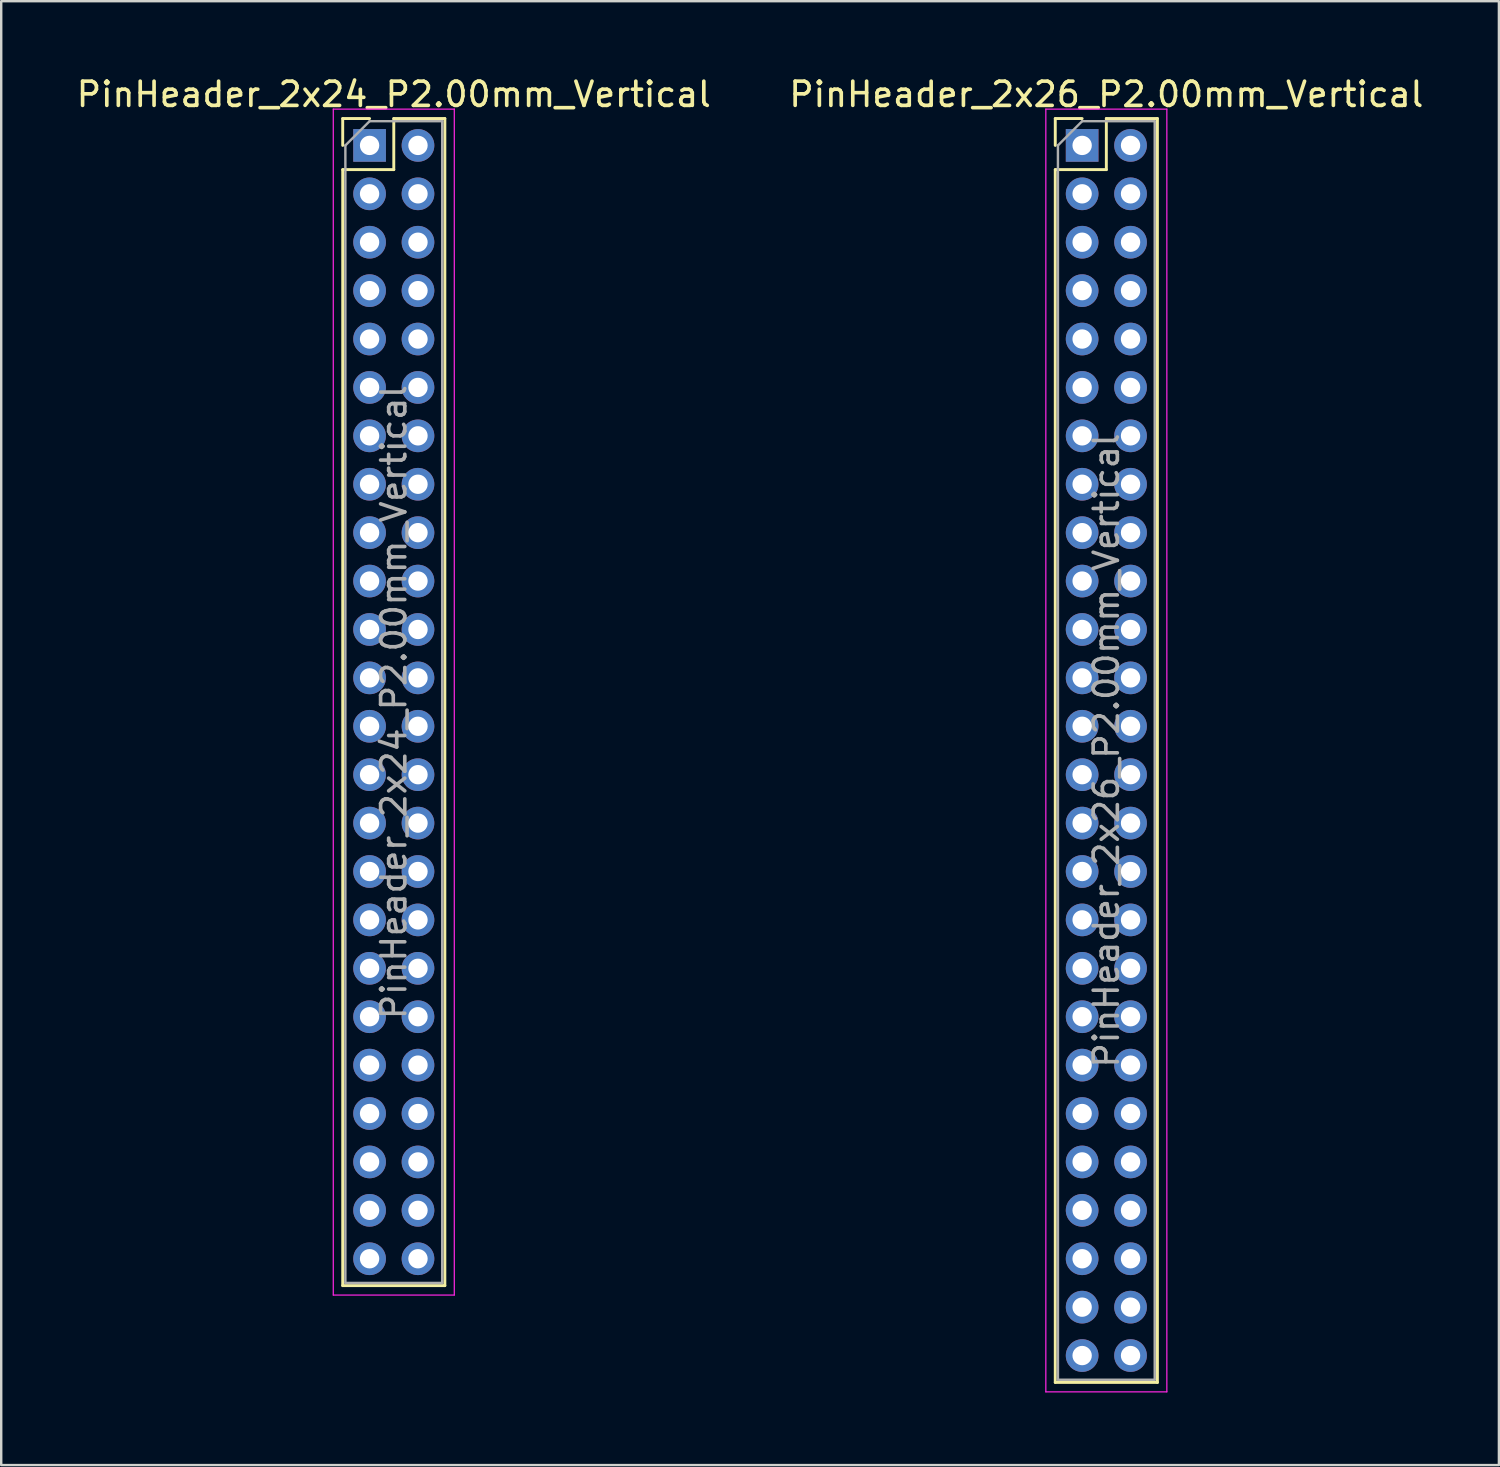
<source format=kicad_pcb>
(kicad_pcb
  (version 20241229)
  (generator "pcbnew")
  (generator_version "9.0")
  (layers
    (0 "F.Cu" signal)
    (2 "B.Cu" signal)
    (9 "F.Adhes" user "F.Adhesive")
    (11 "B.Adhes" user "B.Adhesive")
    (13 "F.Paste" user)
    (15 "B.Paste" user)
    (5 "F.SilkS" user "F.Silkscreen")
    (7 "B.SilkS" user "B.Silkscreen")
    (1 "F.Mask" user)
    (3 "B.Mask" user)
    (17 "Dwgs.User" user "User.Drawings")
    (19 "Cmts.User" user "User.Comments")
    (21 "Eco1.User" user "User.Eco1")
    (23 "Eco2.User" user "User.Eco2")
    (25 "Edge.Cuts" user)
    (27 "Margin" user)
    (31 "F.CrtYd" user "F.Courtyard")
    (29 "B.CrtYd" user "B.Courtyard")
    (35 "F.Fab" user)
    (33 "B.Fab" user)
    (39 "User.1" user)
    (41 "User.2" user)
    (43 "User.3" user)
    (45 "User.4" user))
  (footprint "PinHeader_2x24_P2.00mm_Vertical"
    (layer "F.Cu")
    (at 12.22 2.958)
    (property "Reference" "PinHeader_2x24_P2.00mm_Vertical" (at 1 -2.11 0) (layer "F.SilkS") (effects (font (size 1 1) (thickness 0.15))))
    (attr through_hole)
    (fp_line (start -1.11 -1.11) (end 0 -1.11) (stroke (width 0.12) (type solid)) (layer "F.SilkS"))
    (fp_line (start -1.11 0) (end -1.11 -1.11) (stroke (width 0.12) (type solid)) (layer "F.SilkS"))
    (fp_line (start -1.11 1) (end -1.11 47.11) (stroke (width 0.12) (type solid)) (layer "F.SilkS"))
    (fp_line (start -1.11 1) (end 1 1) (stroke (width 0.12) (type solid)) (layer "F.SilkS"))
    (fp_line (start -1.11 47.11) (end 3.11 47.11) (stroke (width 0.12) (type solid)) (layer "F.SilkS"))
    (fp_line (start 1 -1.11) (end 3.11 -1.11) (stroke (width 0.12) (type solid)) (layer "F.SilkS"))
    (fp_line (start 1 1) (end 1 -1.11) (stroke (width 0.12) (type solid)) (layer "F.SilkS"))
    (fp_line (start 3.11 -1.11) (end 3.11 47.11) (stroke (width 0.12) (type solid)) (layer "F.SilkS"))
    (fp_line (start -1.5 -1.5) (end -1.5 47.5) (stroke (width 0.05) (type solid)) (layer "F.CrtYd"))
    (fp_line (start -1.5 47.5) (end 3.5 47.5) (stroke (width 0.05) (type solid)) (layer "F.CrtYd"))
    (fp_line (start 3.5 -1.5) (end -1.5 -1.5) (stroke (width 0.05) (type solid)) (layer "F.CrtYd"))
    (fp_line (start 3.5 47.5) (end 3.5 -1.5) (stroke (width 0.05) (type solid)) (layer "F.CrtYd"))
    (fp_line (start -1 0) (end 0 -1) (stroke (width 0.1) (type solid)) (layer "F.Fab"))
    (fp_line (start -1 47) (end -1 0) (stroke (width 0.1) (type solid)) (layer "F.Fab"))
    (fp_line (start 0 -1) (end 3 -1) (stroke (width 0.1) (type solid)) (layer "F.Fab"))
    (fp_line (start 3 -1) (end 3 47) (stroke (width 0.1) (type solid)) (layer "F.Fab"))
    (fp_line (start 3 47) (end -1 47) (stroke (width 0.1) (type solid)) (layer "F.Fab"))
    (fp_text user "${REFERENCE}" (at 1 23 90) (layer "F.Fab") (effects (font (size 1 1) (thickness 0.15))))
    (pad "1" thru_hole rect (at 0 0) (size 1.35 1.35) (drill 0.8) (layers "*.Cu" "*.Mask"))
    (pad "2" thru_hole circle (at 2 0) (size 1.35 1.35) (drill 0.8) (layers "*.Cu" "*.Mask"))
    (pad "3" thru_hole circle (at 0 2) (size 1.35 1.35) (drill 0.8) (layers "*.Cu" "*.Mask"))
    (pad "4" thru_hole circle (at 2 2) (size 1.35 1.35) (drill 0.8) (layers "*.Cu" "*.Mask"))
    (pad "5" thru_hole circle (at 0 4) (size 1.35 1.35) (drill 0.8) (layers "*.Cu" "*.Mask"))
    (pad "6" thru_hole circle (at 2 4) (size 1.35 1.35) (drill 0.8) (layers "*.Cu" "*.Mask"))
    (pad "7" thru_hole circle (at 0 6) (size 1.35 1.35) (drill 0.8) (layers "*.Cu" "*.Mask"))
    (pad "8" thru_hole circle (at 2 6) (size 1.35 1.35) (drill 0.8) (layers "*.Cu" "*.Mask"))
    (pad "9" thru_hole circle (at 0 8) (size 1.35 1.35) (drill 0.8) (layers "*.Cu" "*.Mask"))
    (pad "10" thru_hole circle (at 2 8) (size 1.35 1.35) (drill 0.8) (layers "*.Cu" "*.Mask"))
    (pad "11" thru_hole circle (at 0 10) (size 1.35 1.35) (drill 0.8) (layers "*.Cu" "*.Mask"))
    (pad "12" thru_hole circle (at 2 10) (size 1.35 1.35) (drill 0.8) (layers "*.Cu" "*.Mask"))
    (pad "13" thru_hole circle (at 0 12) (size 1.35 1.35) (drill 0.8) (layers "*.Cu" "*.Mask"))
    (pad "14" thru_hole circle (at 2 12) (size 1.35 1.35) (drill 0.8) (layers "*.Cu" "*.Mask"))
    (pad "15" thru_hole circle (at 0 14) (size 1.35 1.35) (drill 0.8) (layers "*.Cu" "*.Mask"))
    (pad "16" thru_hole circle (at 2 14) (size 1.35 1.35) (drill 0.8) (layers "*.Cu" "*.Mask"))
    (pad "17" thru_hole circle (at 0 16) (size 1.35 1.35) (drill 0.8) (layers "*.Cu" "*.Mask"))
    (pad "18" thru_hole circle (at 2 16) (size 1.35 1.35) (drill 0.8) (layers "*.Cu" "*.Mask"))
    (pad "19" thru_hole circle (at 0 18) (size 1.35 1.35) (drill 0.8) (layers "*.Cu" "*.Mask"))
    (pad "20" thru_hole circle (at 2 18) (size 1.35 1.35) (drill 0.8) (layers "*.Cu" "*.Mask"))
    (pad "21" thru_hole circle (at 0 20) (size 1.35 1.35) (drill 0.8) (layers "*.Cu" "*.Mask"))
    (pad "22" thru_hole circle (at 2 20) (size 1.35 1.35) (drill 0.8) (layers "*.Cu" "*.Mask"))
    (pad "23" thru_hole circle (at 0 22) (size 1.35 1.35) (drill 0.8) (layers "*.Cu" "*.Mask"))
    (pad "24" thru_hole circle (at 2 22) (size 1.35 1.35) (drill 0.8) (layers "*.Cu" "*.Mask"))
    (pad "25" thru_hole circle (at 0 24) (size 1.35 1.35) (drill 0.8) (layers "*.Cu" "*.Mask"))
    (pad "26" thru_hole circle (at 2 24) (size 1.35 1.35) (drill 0.8) (layers "*.Cu" "*.Mask"))
    (pad "27" thru_hole circle (at 0 26) (size 1.35 1.35) (drill 0.8) (layers "*.Cu" "*.Mask"))
    (pad "28" thru_hole circle (at 2 26) (size 1.35 1.35) (drill 0.8) (layers "*.Cu" "*.Mask"))
    (pad "29" thru_hole circle (at 0 28) (size 1.35 1.35) (drill 0.8) (layers "*.Cu" "*.Mask"))
    (pad "30" thru_hole circle (at 2 28) (size 1.35 1.35) (drill 0.8) (layers "*.Cu" "*.Mask"))
    (pad "31" thru_hole circle (at 0 30) (size 1.35 1.35) (drill 0.8) (layers "*.Cu" "*.Mask"))
    (pad "32" thru_hole circle (at 2 30) (size 1.35 1.35) (drill 0.8) (layers "*.Cu" "*.Mask"))
    (pad "33" thru_hole circle (at 0 32) (size 1.35 1.35) (drill 0.8) (layers "*.Cu" "*.Mask"))
    (pad "34" thru_hole circle (at 2 32) (size 1.35 1.35) (drill 0.8) (layers "*.Cu" "*.Mask"))
    (pad "35" thru_hole circle (at 0 34) (size 1.35 1.35) (drill 0.8) (layers "*.Cu" "*.Mask"))
    (pad "36" thru_hole circle (at 2 34) (size 1.35 1.35) (drill 0.8) (layers "*.Cu" "*.Mask"))
    (pad "37" thru_hole circle (at 0 36) (size 1.35 1.35) (drill 0.8) (layers "*.Cu" "*.Mask"))
    (pad "38" thru_hole circle (at 2 36) (size 1.35 1.35) (drill 0.8) (layers "*.Cu" "*.Mask"))
    (pad "39" thru_hole circle (at 0 38) (size 1.35 1.35) (drill 0.8) (layers "*.Cu" "*.Mask"))
    (pad "40" thru_hole circle (at 2 38) (size 1.35 1.35) (drill 0.8) (layers "*.Cu" "*.Mask"))
    (pad "41" thru_hole circle (at 0 40) (size 1.35 1.35) (drill 0.8) (layers "*.Cu" "*.Mask"))
    (pad "42" thru_hole circle (at 2 40) (size 1.35 1.35) (drill 0.8) (layers "*.Cu" "*.Mask"))
    (pad "43" thru_hole circle (at 0 42) (size 1.35 1.35) (drill 0.8) (layers "*.Cu" "*.Mask"))
    (pad "44" thru_hole circle (at 2 42) (size 1.35 1.35) (drill 0.8) (layers "*.Cu" "*.Mask"))
    (pad "45" thru_hole circle (at 0 44) (size 1.35 1.35) (drill 0.8) (layers "*.Cu" "*.Mask"))
    (pad "46" thru_hole circle (at 2 44) (size 1.35 1.35) (drill 0.8) (layers "*.Cu" "*.Mask"))
    (pad "47" thru_hole circle (at 0 46) (size 1.35 1.35) (drill 0.8) (layers "*.Cu" "*.Mask"))
    (pad "48" thru_hole circle (at 2 46) (size 1.35 1.35) (drill 0.8) (layers "*.Cu" "*.Mask")))
  (footprint "PinHeader_2x26_P2.00mm_Vertical"
    (layer "F.Cu")
    (at 41.661 2.958)
    (property "Reference" "PinHeader_2x26_P2.00mm_Vertical" (at 1 -2.11 0) (layer "F.SilkS") (effects (font (size 1 1) (thickness 0.15))))
    (attr through_hole)
    (fp_line (start -1.11 -1.11) (end 0 -1.11) (stroke (width 0.12) (type solid)) (layer "F.SilkS"))
    (fp_line (start -1.11 0) (end -1.11 -1.11) (stroke (width 0.12) (type solid)) (layer "F.SilkS"))
    (fp_line (start -1.11 1) (end -1.11 51.11) (stroke (width 0.12) (type solid)) (layer "F.SilkS"))
    (fp_line (start -1.11 1) (end 1 1) (stroke (width 0.12) (type solid)) (layer "F.SilkS"))
    (fp_line (start -1.11 51.11) (end 3.11 51.11) (stroke (width 0.12) (type solid)) (layer "F.SilkS"))
    (fp_line (start 1 -1.11) (end 3.11 -1.11) (stroke (width 0.12) (type solid)) (layer "F.SilkS"))
    (fp_line (start 1 1) (end 1 -1.11) (stroke (width 0.12) (type solid)) (layer "F.SilkS"))
    (fp_line (start 3.11 -1.11) (end 3.11 51.11) (stroke (width 0.12) (type solid)) (layer "F.SilkS"))
    (fp_line (start -1.5 -1.5) (end -1.5 51.5) (stroke (width 0.05) (type solid)) (layer "F.CrtYd"))
    (fp_line (start -1.5 51.5) (end 3.5 51.5) (stroke (width 0.05) (type solid)) (layer "F.CrtYd"))
    (fp_line (start 3.5 -1.5) (end -1.5 -1.5) (stroke (width 0.05) (type solid)) (layer "F.CrtYd"))
    (fp_line (start 3.5 51.5) (end 3.5 -1.5) (stroke (width 0.05) (type solid)) (layer "F.CrtYd"))
    (fp_line (start -1 0) (end 0 -1) (stroke (width 0.1) (type solid)) (layer "F.Fab"))
    (fp_line (start -1 51) (end -1 0) (stroke (width 0.1) (type solid)) (layer "F.Fab"))
    (fp_line (start 0 -1) (end 3 -1) (stroke (width 0.1) (type solid)) (layer "F.Fab"))
    (fp_line (start 3 -1) (end 3 51) (stroke (width 0.1) (type solid)) (layer "F.Fab"))
    (fp_line (start 3 51) (end -1 51) (stroke (width 0.1) (type solid)) (layer "F.Fab"))
    (fp_text user "${REFERENCE}" (at 1 25 90) (layer "F.Fab") (effects (font (size 1 1) (thickness 0.15))))
    (pad "1" thru_hole rect (at 0 0) (size 1.35 1.35) (drill 0.8) (layers "*.Cu" "*.Mask"))
    (pad "2" thru_hole circle (at 2 0) (size 1.35 1.35) (drill 0.8) (layers "*.Cu" "*.Mask"))
    (pad "3" thru_hole circle (at 0 2) (size 1.35 1.35) (drill 0.8) (layers "*.Cu" "*.Mask"))
    (pad "4" thru_hole circle (at 2 2) (size 1.35 1.35) (drill 0.8) (layers "*.Cu" "*.Mask"))
    (pad "5" thru_hole circle (at 0 4) (size 1.35 1.35) (drill 0.8) (layers "*.Cu" "*.Mask"))
    (pad "6" thru_hole circle (at 2 4) (size 1.35 1.35) (drill 0.8) (layers "*.Cu" "*.Mask"))
    (pad "7" thru_hole circle (at 0 6) (size 1.35 1.35) (drill 0.8) (layers "*.Cu" "*.Mask"))
    (pad "8" thru_hole circle (at 2 6) (size 1.35 1.35) (drill 0.8) (layers "*.Cu" "*.Mask"))
    (pad "9" thru_hole circle (at 0 8) (size 1.35 1.35) (drill 0.8) (layers "*.Cu" "*.Mask"))
    (pad "10" thru_hole circle (at 2 8) (size 1.35 1.35) (drill 0.8) (layers "*.Cu" "*.Mask"))
    (pad "11" thru_hole circle (at 0 10) (size 1.35 1.35) (drill 0.8) (layers "*.Cu" "*.Mask"))
    (pad "12" thru_hole circle (at 2 10) (size 1.35 1.35) (drill 0.8) (layers "*.Cu" "*.Mask"))
    (pad "13" thru_hole circle (at 0 12) (size 1.35 1.35) (drill 0.8) (layers "*.Cu" "*.Mask"))
    (pad "14" thru_hole circle (at 2 12) (size 1.35 1.35) (drill 0.8) (layers "*.Cu" "*.Mask"))
    (pad "15" thru_hole circle (at 0 14) (size 1.35 1.35) (drill 0.8) (layers "*.Cu" "*.Mask"))
    (pad "16" thru_hole circle (at 2 14) (size 1.35 1.35) (drill 0.8) (layers "*.Cu" "*.Mask"))
    (pad "17" thru_hole circle (at 0 16) (size 1.35 1.35) (drill 0.8) (layers "*.Cu" "*.Mask"))
    (pad "18" thru_hole circle (at 2 16) (size 1.35 1.35) (drill 0.8) (layers "*.Cu" "*.Mask"))
    (pad "19" thru_hole circle (at 0 18) (size 1.35 1.35) (drill 0.8) (layers "*.Cu" "*.Mask"))
    (pad "20" thru_hole circle (at 2 18) (size 1.35 1.35) (drill 0.8) (layers "*.Cu" "*.Mask"))
    (pad "21" thru_hole circle (at 0 20) (size 1.35 1.35) (drill 0.8) (layers "*.Cu" "*.Mask"))
    (pad "22" thru_hole circle (at 2 20) (size 1.35 1.35) (drill 0.8) (layers "*.Cu" "*.Mask"))
    (pad "23" thru_hole circle (at 0 22) (size 1.35 1.35) (drill 0.8) (layers "*.Cu" "*.Mask"))
    (pad "24" thru_hole circle (at 2 22) (size 1.35 1.35) (drill 0.8) (layers "*.Cu" "*.Mask"))
    (pad "25" thru_hole circle (at 0 24) (size 1.35 1.35) (drill 0.8) (layers "*.Cu" "*.Mask"))
    (pad "26" thru_hole circle (at 2 24) (size 1.35 1.35) (drill 0.8) (layers "*.Cu" "*.Mask"))
    (pad "27" thru_hole circle (at 0 26) (size 1.35 1.35) (drill 0.8) (layers "*.Cu" "*.Mask"))
    (pad "28" thru_hole circle (at 2 26) (size 1.35 1.35) (drill 0.8) (layers "*.Cu" "*.Mask"))
    (pad "29" thru_hole circle (at 0 28) (size 1.35 1.35) (drill 0.8) (layers "*.Cu" "*.Mask"))
    (pad "30" thru_hole circle (at 2 28) (size 1.35 1.35) (drill 0.8) (layers "*.Cu" "*.Mask"))
    (pad "31" thru_hole circle (at 0 30) (size 1.35 1.35) (drill 0.8) (layers "*.Cu" "*.Mask"))
    (pad "32" thru_hole circle (at 2 30) (size 1.35 1.35) (drill 0.8) (layers "*.Cu" "*.Mask"))
    (pad "33" thru_hole circle (at 0 32) (size 1.35 1.35) (drill 0.8) (layers "*.Cu" "*.Mask"))
    (pad "34" thru_hole circle (at 2 32) (size 1.35 1.35) (drill 0.8) (layers "*.Cu" "*.Mask"))
    (pad "35" thru_hole circle (at 0 34) (size 1.35 1.35) (drill 0.8) (layers "*.Cu" "*.Mask"))
    (pad "36" thru_hole circle (at 2 34) (size 1.35 1.35) (drill 0.8) (layers "*.Cu" "*.Mask"))
    (pad "37" thru_hole circle (at 0 36) (size 1.35 1.35) (drill 0.8) (layers "*.Cu" "*.Mask"))
    (pad "38" thru_hole circle (at 2 36) (size 1.35 1.35) (drill 0.8) (layers "*.Cu" "*.Mask"))
    (pad "39" thru_hole circle (at 0 38) (size 1.35 1.35) (drill 0.8) (layers "*.Cu" "*.Mask"))
    (pad "40" thru_hole circle (at 2 38) (size 1.35 1.35) (drill 0.8) (layers "*.Cu" "*.Mask"))
    (pad "41" thru_hole circle (at 0 40) (size 1.35 1.35) (drill 0.8) (layers "*.Cu" "*.Mask"))
    (pad "42" thru_hole circle (at 2 40) (size 1.35 1.35) (drill 0.8) (layers "*.Cu" "*.Mask"))
    (pad "43" thru_hole circle (at 0 42) (size 1.35 1.35) (drill 0.8) (layers "*.Cu" "*.Mask"))
    (pad "44" thru_hole circle (at 2 42) (size 1.35 1.35) (drill 0.8) (layers "*.Cu" "*.Mask"))
    (pad "45" thru_hole circle (at 0 44) (size 1.35 1.35) (drill 0.8) (layers "*.Cu" "*.Mask"))
    (pad "46" thru_hole circle (at 2 44) (size 1.35 1.35) (drill 0.8) (layers "*.Cu" "*.Mask"))
    (pad "47" thru_hole circle (at 0 46) (size 1.35 1.35) (drill 0.8) (layers "*.Cu" "*.Mask"))
    (pad "48" thru_hole circle (at 2 46) (size 1.35 1.35) (drill 0.8) (layers "*.Cu" "*.Mask"))
    (pad "49" thru_hole circle (at 0 48) (size 1.35 1.35) (drill 0.8) (layers "*.Cu" "*.Mask"))
    (pad "50" thru_hole circle (at 2 48) (size 1.35 1.35) (drill 0.8) (layers "*.Cu" "*.Mask"))
    (pad "51" thru_hole circle (at 0 50) (size 1.35 1.35) (drill 0.8) (layers "*.Cu" "*.Mask"))
    (pad "52" thru_hole circle (at 2 50) (size 1.35 1.35) (drill 0.8) (layers "*.Cu" "*.Mask")))
  (gr_rect
    (start -3 -3)
    (end 58.881 57.483)
    (stroke (width 0.1) (type default))
    (fill no)
    (layer "Edge.Cuts")))
</source>
